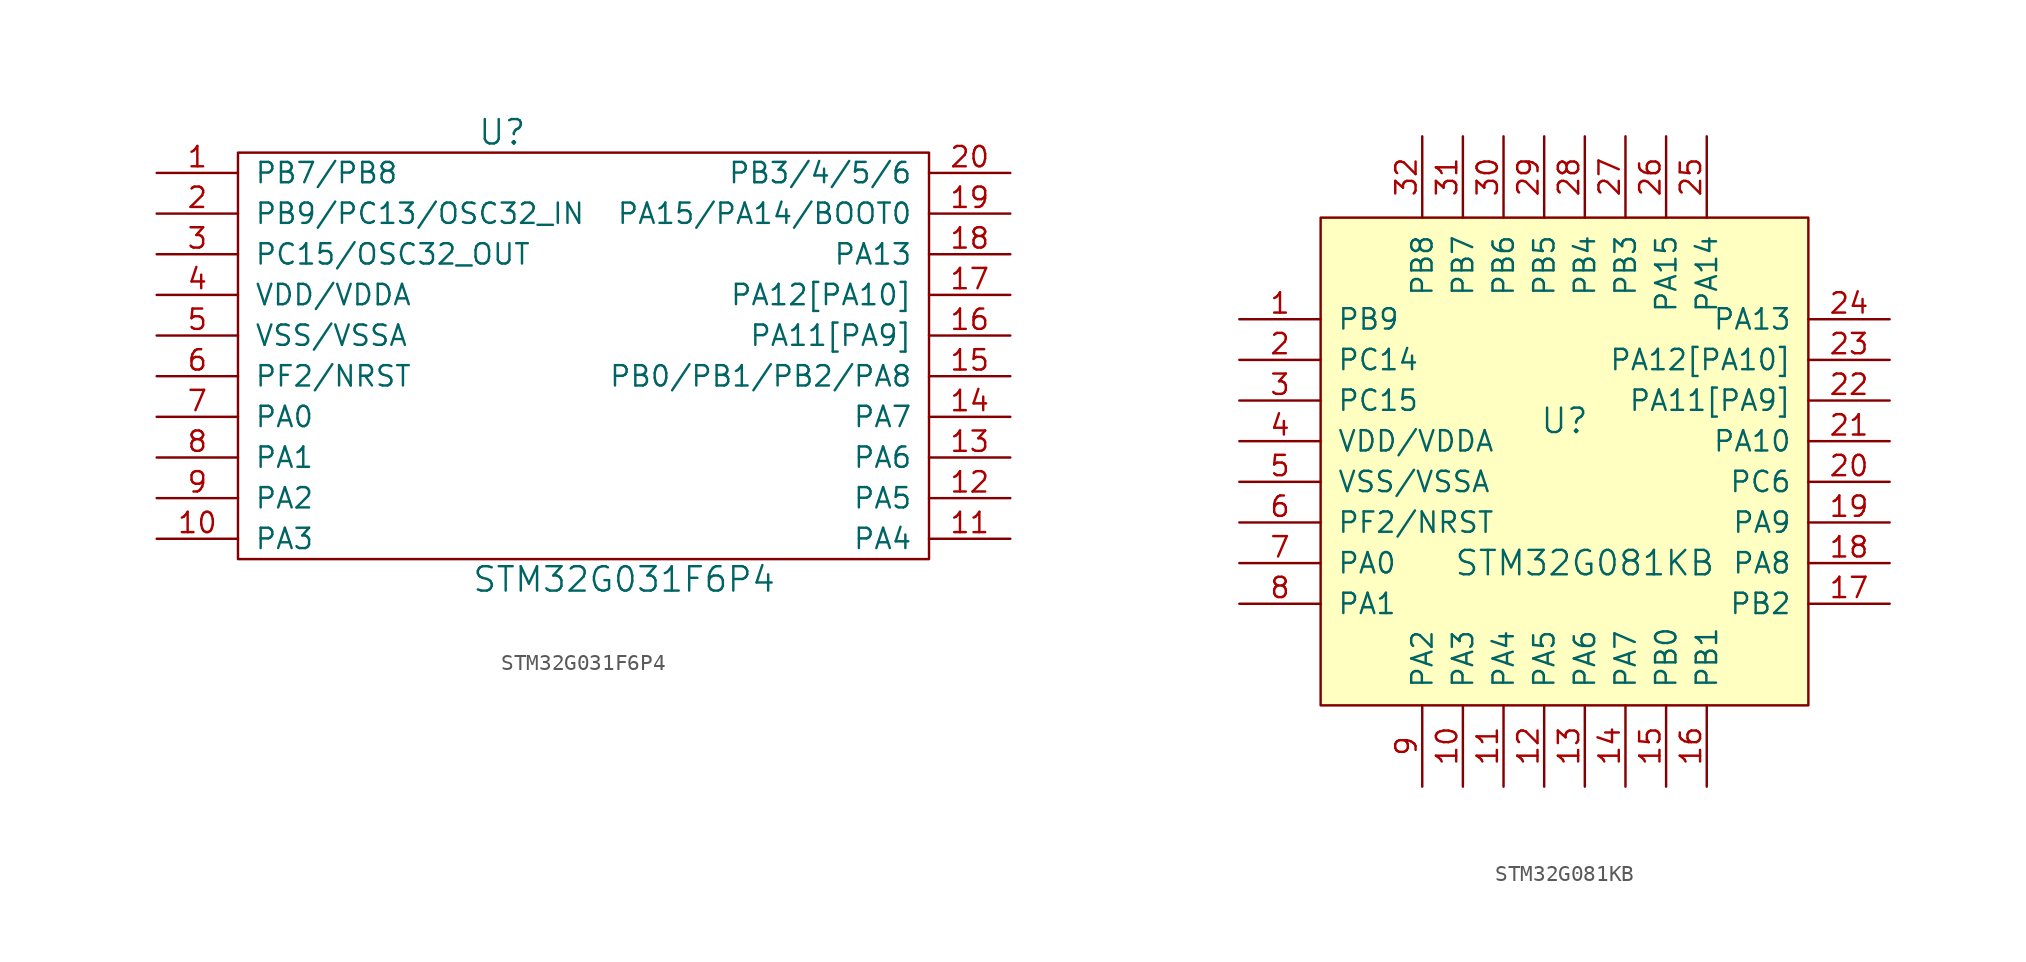
<source format=kicad_sym>
(kicad_symbol_lib
  (version 20211014)
  (generator kicad_symbol_editor)
  (symbol "STM32G031F6P4"
    (pin_names
      (offset 1.016))
    (property "Reference" "U"
      (at -6.35 13.97 0)
      (effects (font (size 1.524 1.524))))
    (property "Value" "STM32G031F6P4"
      (at 1.27 -13.97 0)
      (effects (font (size 1.524 1.524))))
    (property "Footprint" ""
      (at -6.35 0 0)
      (effects (font (size 1.524 1.524))))
    (property "Datasheet" ""
      (at -6.35 0 0)
      (effects (font (size 1.524 1.524))))
    (symbol "STM32G031F6P4_0_1"
      (rectangle (start -22.86 12.7) (end 20.32 -12.7) (stroke (width 0) (type default) (color 0 0 0 0)) (fill (type none))))
    (symbol "STM32G031F6P4_1_1"
      (pin input line (at -27.94 11.43 0) (length 5.08) (name "PB7/PB8" (effects (font (size 1.27 1.27)))) (number "1" (effects (font (size 1.27 1.27)))))
      (pin input line (at -27.94 -11.43 0) (length 5.08) (name "PA3" (effects (font (size 1.27 1.27)))) (number "10" (effects (font (size 1.27 1.27)))))
      (pin input line (at 25.4 -11.43 180) (length 5.08) (name "PA4" (effects (font (size 1.27 1.27)))) (number "11" (effects (font (size 1.27 1.27)))))
      (pin input line (at 25.4 -8.89 180) (length 5.08) (name "PA5" (effects (font (size 1.27 1.27)))) (number "12" (effects (font (size 1.27 1.27)))))
      (pin input line (at 25.4 -6.35 180) (length 5.08) (name "PA6" (effects (font (size 1.27 1.27)))) (number "13" (effects (font (size 1.27 1.27)))))
      (pin input line (at 25.4 -3.81 180) (length 5.08) (name "PA7" (effects (font (size 1.27 1.27)))) (number "14" (effects (font (size 1.27 1.27)))))
      (pin input line (at 25.4 -1.27 180) (length 5.08) (name "PB0/PB1/PB2/PA8" (effects (font (size 1.27 1.27)))) (number "15" (effects (font (size 1.27 1.27)))))
      (pin input line (at 25.4 1.27 180) (length 5.08) (name "PA11[PA9]" (effects (font (size 1.27 1.27)))) (number "16" (effects (font (size 1.27 1.27)))))
      (pin input line (at 25.4 3.81 180) (length 5.08) (name "PA12[PA10]" (effects (font (size 1.27 1.27)))) (number "17" (effects (font (size 1.27 1.27)))))
      (pin input line (at 25.4 6.35 180) (length 5.08) (name "PA13" (effects (font (size 1.27 1.27)))) (number "18" (effects (font (size 1.27 1.27)))))
      (pin input line (at 25.4 8.89 180) (length 5.08) (name "PA15/PA14/BOOT0" (effects (font (size 1.27 1.27)))) (number "19" (effects (font (size 1.27 1.27)))))
      (pin input line (at -27.94 8.89 0) (length 5.08) (name "PB9/PC13/OSC32_IN" (effects (font (size 1.27 1.27)))) (number "2" (effects (font (size 1.27 1.27)))))
      (pin input line (at 25.4 11.43 180) (length 5.08) (name "PB3/4/5/6" (effects (font (size 1.27 1.27)))) (number "20" (effects (font (size 1.27 1.27)))))
      (pin input line (at -27.94 6.35 0) (length 5.08) (name "PC15/OSC32_OUT" (effects (font (size 1.27 1.27)))) (number "3" (effects (font (size 1.27 1.27)))))
      (pin power_in line (at -27.94 3.81 0) (length 5.08) (name "VDD/VDDA" (effects (font (size 1.27 1.27)))) (number "4" (effects (font (size 1.27 1.27)))))
      (pin power_in line (at -27.94 1.27 0) (length 5.08) (name "VSS/VSSA" (effects (font (size 1.27 1.27)))) (number "5" (effects (font (size 1.27 1.27)))))
      (pin input line (at -27.94 -1.27 0) (length 5.08) (name "PF2/NRST" (effects (font (size 1.27 1.27)))) (number "6" (effects (font (size 1.27 1.27)))))
      (pin input line (at -27.94 -3.81 0) (length 5.08) (name "PA0" (effects (font (size 1.27 1.27)))) (number "7" (effects (font (size 1.27 1.27)))))
      (pin input line (at -27.94 -6.35 0) (length 5.08) (name "PA1" (effects (font (size 1.27 1.27)))) (number "8" (effects (font (size 1.27 1.27)))))
      (pin input line (at -27.94 -8.89 0) (length 5.08) (name "PA2" (effects (font (size 1.27 1.27)))) (number "9" (effects (font (size 1.27 1.27)))))))
  (symbol "STM32G081KB"
    (pin_names
      (offset 1.016))
    (property "Reference" "U"
      (at 0 2.54 0)
      (effects (font (size 1.524 1.524))))
    (property "Value" "STM32G081KB"
      (at 1.27 -6.35 0)
      (effects (font (size 1.524 1.524))))
    (symbol "STM32G081KB_0_1"
      (rectangle (start -15.24 15.24) (end 15.24 -15.24) (stroke (width 0) (type default) (color 0 0 0 0)) (fill (type background))))
    (symbol "STM32G081KB_1_1"
      (pin input line (at -20.32 8.89 0) (length 5.08) (name "PB9" (effects (font (size 1.27 1.27)))) (number "1" (effects (font (size 1.27 1.27)))))
      (pin input line (at -6.35 -20.32 90) (length 5.08) (name "PA3" (effects (font (size 1.27 1.27)))) (number "10" (effects (font (size 1.27 1.27)))))
      (pin input line (at -3.81 -20.32 90) (length 5.08) (name "PA4" (effects (font (size 1.27 1.27)))) (number "11" (effects (font (size 1.27 1.27)))))
      (pin input line (at -1.27 -20.32 90) (length 5.08) (name "PA5" (effects (font (size 1.27 1.27)))) (number "12" (effects (font (size 1.27 1.27)))))
      (pin input line (at 1.27 -20.32 90) (length 5.08) (name "PA6" (effects (font (size 1.27 1.27)))) (number "13" (effects (font (size 1.27 1.27)))))
      (pin input line (at 3.81 -20.32 90) (length 5.08) (name "PA7" (effects (font (size 1.27 1.27)))) (number "14" (effects (font (size 1.27 1.27)))))
      (pin input line (at 6.35 -20.32 90) (length 5.08) (name "PB0" (effects (font (size 1.27 1.27)))) (number "15" (effects (font (size 1.27 1.27)))))
      (pin input line (at 8.89 -20.32 90) (length 5.08) (name "PB1" (effects (font (size 1.27 1.27)))) (number "16" (effects (font (size 1.27 1.27)))))
      (pin input line (at 20.32 -8.89 180) (length 5.08) (name "PB2" (effects (font (size 1.27 1.27)))) (number "17" (effects (font (size 1.27 1.27)))))
      (pin input line (at 20.32 -6.35 180) (length 5.08) (name "PA8" (effects (font (size 1.27 1.27)))) (number "18" (effects (font (size 1.27 1.27)))))
      (pin input line (at 20.32 -3.81 180) (length 5.08) (name "PA9" (effects (font (size 1.27 1.27)))) (number "19" (effects (font (size 1.27 1.27)))))
      (pin input line (at -20.32 6.35 0) (length 5.08) (name "PC14" (effects (font (size 1.27 1.27)))) (number "2" (effects (font (size 1.27 1.27)))))
      (pin input line (at 20.32 -1.27 180) (length 5.08) (name "PC6" (effects (font (size 1.27 1.27)))) (number "20" (effects (font (size 1.27 1.27)))))
      (pin input line (at 20.32 1.27 180) (length 5.08) (name "PA10" (effects (font (size 1.27 1.27)))) (number "21" (effects (font (size 1.27 1.27)))))
      (pin input line (at 20.32 3.81 180) (length 5.08) (name "PA11[PA9]" (effects (font (size 1.27 1.27)))) (number "22" (effects (font (size 1.27 1.27)))))
      (pin input line (at 20.32 6.35 180) (length 5.08) (name "PA12[PA10]" (effects (font (size 1.27 1.27)))) (number "23" (effects (font (size 1.27 1.27)))))
      (pin input line (at 20.32 8.89 180) (length 5.08) (name "PA13" (effects (font (size 1.27 1.27)))) (number "24" (effects (font (size 1.27 1.27)))))
      (pin input line (at 8.89 20.32 270) (length 5.08) (name "PA14" (effects (font (size 1.27 1.27)))) (number "25" (effects (font (size 1.27 1.27)))))
      (pin input line (at 6.35 20.32 270) (length 5.08) (name "PA15" (effects (font (size 1.27 1.27)))) (number "26" (effects (font (size 1.27 1.27)))))
      (pin input line (at 3.81 20.32 270) (length 5.08) (name "PB3" (effects (font (size 1.27 1.27)))) (number "27" (effects (font (size 1.27 1.27)))))
      (pin input line (at 1.27 20.32 270) (length 5.08) (name "PB4" (effects (font (size 1.27 1.27)))) (number "28" (effects (font (size 1.27 1.27)))))
      (pin input line (at -1.27 20.32 270) (length 5.08) (name "PB5" (effects (font (size 1.27 1.27)))) (number "29" (effects (font (size 1.27 1.27)))))
      (pin input line (at -20.32 3.81 0) (length 5.08) (name "PC15" (effects (font (size 1.27 1.27)))) (number "3" (effects (font (size 1.27 1.27)))))
      (pin input line (at -3.81 20.32 270) (length 5.08) (name "PB6" (effects (font (size 1.27 1.27)))) (number "30" (effects (font (size 1.27 1.27)))))
      (pin input line (at -6.35 20.32 270) (length 5.08) (name "PB7" (effects (font (size 1.27 1.27)))) (number "31" (effects (font (size 1.27 1.27)))))
      (pin input line (at -8.89 20.32 270) (length 5.08) (name "PB8" (effects (font (size 1.27 1.27)))) (number "32" (effects (font (size 1.27 1.27)))))
      (pin power_in line (at -20.32 1.27 0) (length 5.08) (name "VDD/VDDA" (effects (font (size 1.27 1.27)))) (number "4" (effects (font (size 1.27 1.27)))))
      (pin power_in line (at -20.32 -1.27 0) (length 5.08) (name "VSS/VSSA" (effects (font (size 1.27 1.27)))) (number "5" (effects (font (size 1.27 1.27)))))
      (pin input line (at -20.32 -3.81 0) (length 5.08) (name "PF2/NRST" (effects (font (size 1.27 1.27)))) (number "6" (effects (font (size 1.27 1.27)))))
      (pin input line (at -20.32 -6.35 0) (length 5.08) (name "PA0" (effects (font (size 1.27 1.27)))) (number "7" (effects (font (size 1.27 1.27)))))
      (pin input line (at -20.32 -8.89 0) (length 5.08) (name "PA1" (effects (font (size 1.27 1.27)))) (number "8" (effects (font (size 1.27 1.27)))))
      (pin input line (at -8.89 -20.32 90) (length 5.08) (name "PA2" (effects (font (size 1.27 1.27)))) (number "9" (effects (font (size 1.27 1.27))))))))
</source>
